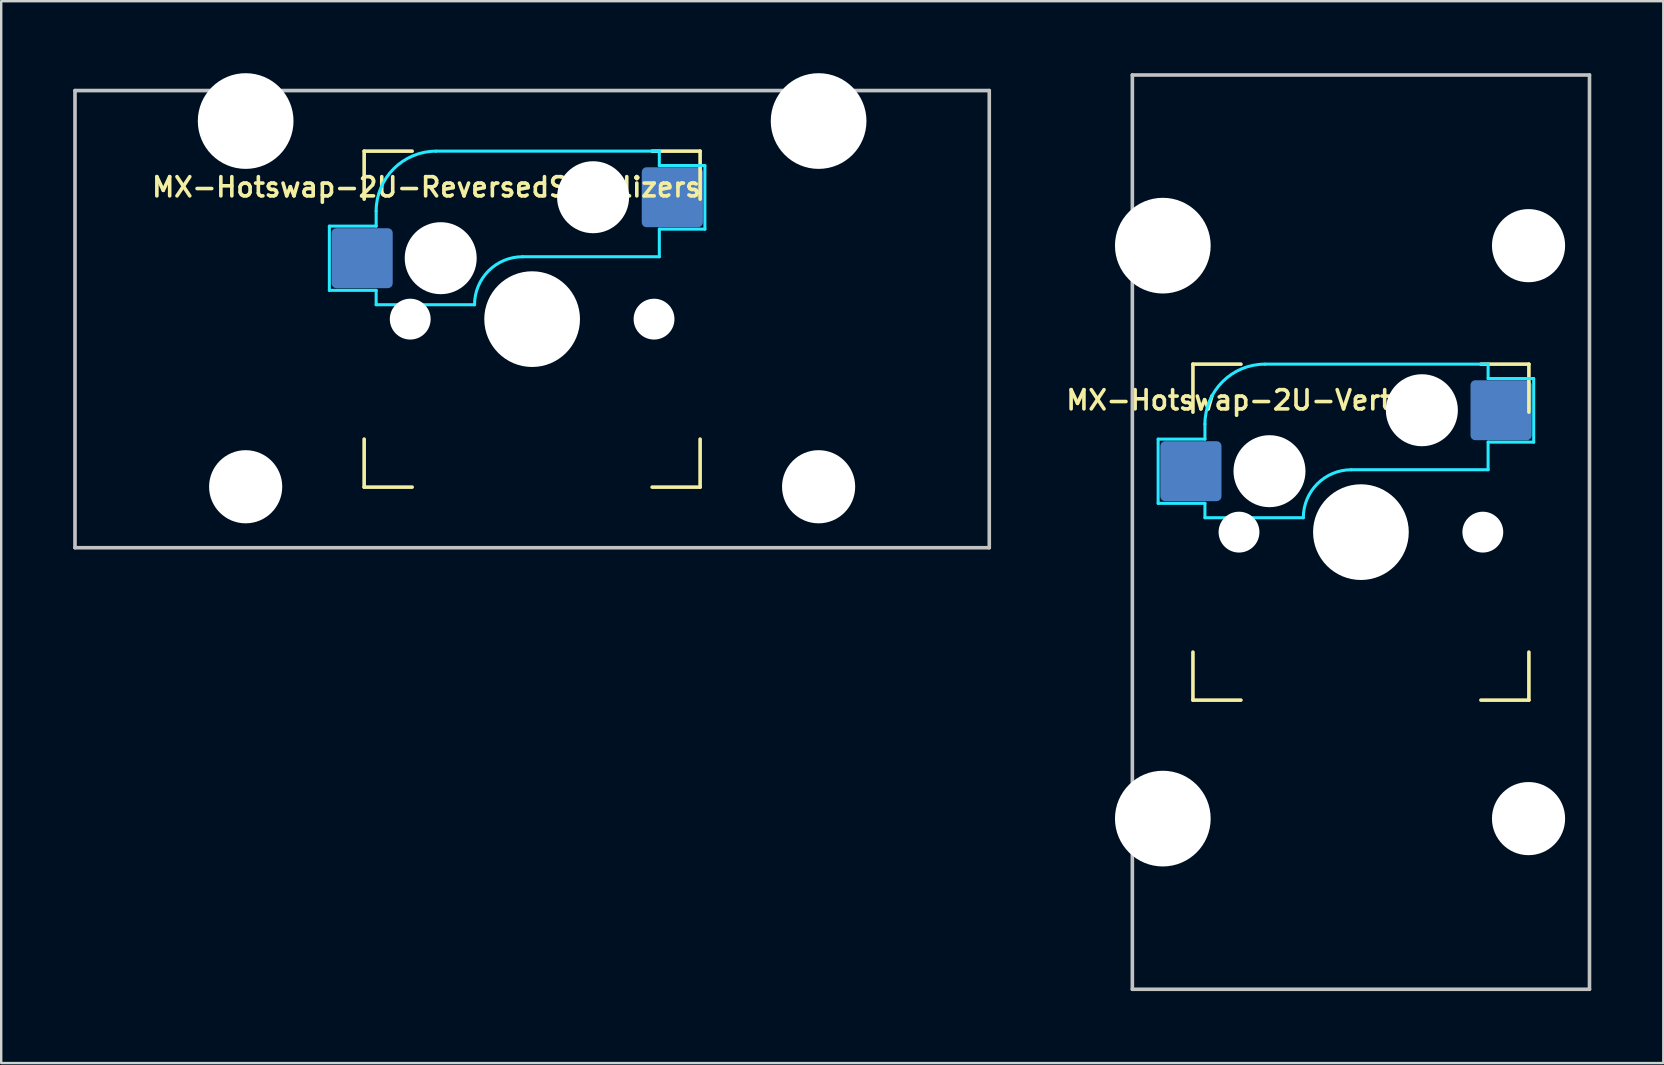
<source format=kicad_pcb>
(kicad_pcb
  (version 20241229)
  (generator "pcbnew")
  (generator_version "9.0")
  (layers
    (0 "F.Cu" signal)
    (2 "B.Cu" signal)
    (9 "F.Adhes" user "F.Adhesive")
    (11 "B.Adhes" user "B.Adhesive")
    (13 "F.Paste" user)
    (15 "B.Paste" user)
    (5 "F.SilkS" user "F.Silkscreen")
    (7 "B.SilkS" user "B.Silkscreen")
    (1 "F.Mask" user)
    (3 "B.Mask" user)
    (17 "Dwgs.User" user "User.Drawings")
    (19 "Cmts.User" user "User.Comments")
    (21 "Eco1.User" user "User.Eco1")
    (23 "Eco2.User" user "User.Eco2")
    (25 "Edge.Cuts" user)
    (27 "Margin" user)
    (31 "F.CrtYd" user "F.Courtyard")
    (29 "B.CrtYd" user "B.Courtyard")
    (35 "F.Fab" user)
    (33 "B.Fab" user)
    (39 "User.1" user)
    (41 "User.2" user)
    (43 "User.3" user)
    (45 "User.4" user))
  (footprint "MX-Hotswap-2U-Vertical"
    (layer "F.Cu")
    (at 53.662 19.125)
    (property "Reference" "MX-Hotswap-2U-Vertical" (at -4.4 -5.5 0) (layer "F.SilkS") (effects (font (size 0.8 0.8) (thickness 0.15))))
    (attr smd)
    (fp_line (start -7 -7) (end -7 -5) (stroke (width 0.15) (type solid)) (layer "F.SilkS"))
    (fp_line (start -7 5) (end -7 7) (stroke (width 0.15) (type solid)) (layer "F.SilkS"))
    (fp_line (start -7 7) (end -5 7) (stroke (width 0.15) (type solid)) (layer "F.SilkS"))
    (fp_line (start -5 -7) (end -7 -7) (stroke (width 0.15) (type solid)) (layer "F.SilkS"))
    (fp_line (start 5 -7) (end 7 -7) (stroke (width 0.15) (type solid)) (layer "F.SilkS"))
    (fp_line (start 5 7) (end 7 7) (stroke (width 0.15) (type solid)) (layer "F.SilkS"))
    (fp_line (start 7 -7) (end 7 -5) (stroke (width 0.15) (type solid)) (layer "F.SilkS"))
    (fp_line (start 7 7) (end 7 5) (stroke (width 0.15) (type solid)) (layer "F.SilkS"))
    (fp_line (start -9.525 19.05) (end -9.525 -19.05) (stroke (width 0.15) (type solid)) (layer "Dwgs.User"))
    (fp_line (start 9.525 -19.05) (end -9.525 -19.05) (stroke (width 0.15) (type solid)) (layer "Dwgs.User"))
    (fp_line (start 9.525 19.05) (end -9.525 19.05) (stroke (width 0.15) (type solid)) (layer "Dwgs.User"))
    (fp_line (start 9.525 19.05) (end 9.525 -19.05) (stroke (width 0.15) (type solid)) (layer "Dwgs.User"))
    (fp_line (start -8.45 -3.875) (end -8.45 -1.2) (stroke (width 0.127) (type solid)) (layer "B.CrtYd"))
    (fp_line (start -8.45 -1.2) (end -6.5 -1.2) (stroke (width 0.127) (type solid)) (layer "B.CrtYd"))
    (fp_line (start -6.5 -4.5) (end -6.5 -3.875) (stroke (width 0.127) (type solid)) (layer "B.CrtYd"))
    (fp_line (start -6.5 -3.875) (end -8.45 -3.875) (stroke (width 0.127) (type solid)) (layer "B.CrtYd"))
    (fp_line (start -6.5 -0.6) (end -6.5 -1.2) (stroke (width 0.127) (type solid)) (layer "B.CrtYd"))
    (fp_line (start -6.5 -0.6) (end -2.4 -0.6) (stroke (width 0.127) (type solid)) (layer "B.CrtYd"))
    (fp_line (start -0.4 -2.6) (end 5.3 -2.6) (stroke (width 0.127) (type solid)) (layer "B.CrtYd"))
    (fp_line (start 5.3 -7) (end -4 -7) (stroke (width 0.127) (type solid)) (layer "B.CrtYd"))
    (fp_line (start 5.3 -7) (end 5.3 -6.4) (stroke (width 0.127) (type solid)) (layer "B.CrtYd"))
    (fp_line (start 5.3 -6.4) (end 7.2 -6.4) (stroke (width 0.127) (type solid)) (layer "B.CrtYd"))
    (fp_line (start 5.3 -2.6) (end 5.3 -3.75) (stroke (width 0.127) (type solid)) (layer "B.CrtYd"))
    (fp_line (start 7.2 -6.4) (end 7.2 -3.75) (stroke (width 0.127) (type solid)) (layer "B.CrtYd"))
    (fp_line (start 7.2 -3.75) (end 5.3 -3.75) (stroke (width 0.127) (type solid)) (layer "B.CrtYd"))
    (fp_arc (start -6.5 -4.5) (mid -5.767767 -6.267767) (end -4 -7) (stroke (width 0.127) (type solid)) (layer "B.CrtYd"))
    (fp_arc (start -2.4 -0.6) (mid -1.814214 -2.014214) (end -0.4 -2.6) (stroke (width 0.127) (type solid)) (layer "B.CrtYd"))
    (pad "" np_thru_hole circle (at -8.255 -11.938) (size 3.988 3.988) (drill 3.988) (layers "*.Cu" "*.Mask"))
    (pad "" np_thru_hole circle (at -8.255 11.938) (size 3.988 3.988) (drill 3.988) (layers "*.Cu" "*.Mask"))
    (pad "" np_thru_hole circle (at -5.08 0 48.099) (size 1.702 1.702) (drill 1.702) (layers "*.Cu" "*.Mask"))
    (pad "" np_thru_hole circle (at -3.81 -2.54) (size 3 3) (drill 3) (layers "*.Cu" "*.Mask"))
    (pad "" np_thru_hole circle (at 0 0) (size 3.988 3.988) (drill 3.988) (layers "*.Cu" "*.Mask"))
    (pad "" np_thru_hole circle (at 2.54 -5.08) (size 3 3) (drill 3) (layers "*.Cu" "*.Mask"))
    (pad "" np_thru_hole circle (at 5.08 0 48.099) (size 1.702 1.702) (drill 1.702) (layers "*.Cu" "*.Mask"))
    (pad "" np_thru_hole circle (at 6.985 -11.938) (size 3.048 3.048) (drill 3.048) (layers "*.Cu" "*.Mask"))
    (pad "" np_thru_hole circle (at 6.985 11.938) (size 3.048 3.048) (drill 3.048) (layers "*.Cu" "*.Mask"))
    (pad "1" smd roundrect (at -7.085 -2.54) (size 2.55 2.5) (layers "B.Cu" "B.Mask" "B.Paste") (roundrect_rratio 0.08))
    (pad "2" smd roundrect (at 5.842 -5.08) (size 2.55 2.5) (layers "B.Cu" "B.Mask" "B.Paste") (roundrect_rratio 0.08)))
  (footprint "MX-Hotswap-2U-ReversedStabilizers"
    (layer "F.Cu")
    (at 19.125 10.249)
    (property "Reference" "MX-Hotswap-2U-ReversedStabilizers" (at -4.4 -5.5 0) (layer "F.SilkS") (effects (font (size 0.8 0.8) (thickness 0.15))))
    (attr smd)
    (fp_line (start -7 -7) (end -7 -5) (stroke (width 0.15) (type solid)) (layer "F.SilkS"))
    (fp_line (start -7 5) (end -7 7) (stroke (width 0.15) (type solid)) (layer "F.SilkS"))
    (fp_line (start -7 7) (end -5 7) (stroke (width 0.15) (type solid)) (layer "F.SilkS"))
    (fp_line (start -5 -7) (end -7 -7) (stroke (width 0.15) (type solid)) (layer "F.SilkS"))
    (fp_line (start 5 -7) (end 7 -7) (stroke (width 0.15) (type solid)) (layer "F.SilkS"))
    (fp_line (start 5 7) (end 7 7) (stroke (width 0.15) (type solid)) (layer "F.SilkS"))
    (fp_line (start 7 -7) (end 7 -5) (stroke (width 0.15) (type solid)) (layer "F.SilkS"))
    (fp_line (start 7 7) (end 7 5) (stroke (width 0.15) (type solid)) (layer "F.SilkS"))
    (fp_line (start -19.05 9.525) (end -19.05 -9.525) (stroke (width 0.15) (type solid)) (layer "Dwgs.User"))
    (fp_line (start 19.05 -9.525) (end -19.05 -9.525) (stroke (width 0.15) (type solid)) (layer "Dwgs.User"))
    (fp_line (start 19.05 9.525) (end -19.05 9.525) (stroke (width 0.15) (type solid)) (layer "Dwgs.User"))
    (fp_line (start 19.05 9.525) (end 19.05 -9.525) (stroke (width 0.15) (type solid)) (layer "Dwgs.User"))
    (fp_line (start -8.45 -3.875) (end -8.45 -1.2) (stroke (width 0.127) (type solid)) (layer "B.CrtYd"))
    (fp_line (start -8.45 -1.2) (end -6.5 -1.2) (stroke (width 0.127) (type solid)) (layer "B.CrtYd"))
    (fp_line (start -6.5 -4.5) (end -6.5 -3.875) (stroke (width 0.127) (type solid)) (layer "B.CrtYd"))
    (fp_line (start -6.5 -3.875) (end -8.45 -3.875) (stroke (width 0.127) (type solid)) (layer "B.CrtYd"))
    (fp_line (start -6.5 -0.6) (end -6.5 -1.2) (stroke (width 0.127) (type solid)) (layer "B.CrtYd"))
    (fp_line (start -6.5 -0.6) (end -2.4 -0.6) (stroke (width 0.127) (type solid)) (layer "B.CrtYd"))
    (fp_line (start -0.4 -2.6) (end 5.3 -2.6) (stroke (width 0.127) (type solid)) (layer "B.CrtYd"))
    (fp_line (start 5.3 -7) (end -4 -7) (stroke (width 0.127) (type solid)) (layer "B.CrtYd"))
    (fp_line (start 5.3 -7) (end 5.3 -6.4) (stroke (width 0.127) (type solid)) (layer "B.CrtYd"))
    (fp_line (start 5.3 -6.4) (end 7.2 -6.4) (stroke (width 0.127) (type solid)) (layer "B.CrtYd"))
    (fp_line (start 5.3 -2.6) (end 5.3 -3.75) (stroke (width 0.127) (type solid)) (layer "B.CrtYd"))
    (fp_line (start 7.2 -6.4) (end 7.2 -3.75) (stroke (width 0.127) (type solid)) (layer "B.CrtYd"))
    (fp_line (start 7.2 -3.75) (end 5.3 -3.75) (stroke (width 0.127) (type solid)) (layer "B.CrtYd"))
    (fp_arc (start -6.5 -4.5) (mid -5.767767 -6.267767) (end -4 -7) (stroke (width 0.127) (type solid)) (layer "B.CrtYd"))
    (fp_arc (start -2.4 -0.6) (mid -1.814214 -2.014214) (end -0.4 -2.6) (stroke (width 0.127) (type solid)) (layer "B.CrtYd"))
    (pad "" np_thru_hole circle (at -11.938 -8.255) (size 3.988 3.988) (drill 3.988) (layers "*.Cu" "*.Mask"))
    (pad "" np_thru_hole circle (at -11.938 6.985) (size 3.048 3.048) (drill 3.048) (layers "*.Cu" "*.Mask"))
    (pad "" np_thru_hole circle (at -5.08 0 48.099) (size 1.702 1.702) (drill 1.702) (layers "*.Cu" "*.Mask"))
    (pad "" np_thru_hole circle (at -3.81 -2.54) (size 3 3) (drill 3) (layers "*.Cu" "*.Mask"))
    (pad "" np_thru_hole circle (at 0 0) (size 3.988 3.988) (drill 3.988) (layers "*.Cu" "*.Mask"))
    (pad "" np_thru_hole circle (at 2.54 -5.08) (size 3 3) (drill 3) (layers "*.Cu" "*.Mask"))
    (pad "" np_thru_hole circle (at 5.08 0 48.099) (size 1.702 1.702) (drill 1.702) (layers "*.Cu" "*.Mask"))
    (pad "" np_thru_hole circle (at 11.938 -8.255) (size 3.988 3.988) (drill 3.988) (layers "*.Cu" "*.Mask"))
    (pad "" np_thru_hole circle (at 11.938 6.985) (size 3.048 3.048) (drill 3.048) (layers "*.Cu" "*.Mask"))
    (pad "1" smd roundrect (at -7.085 -2.54) (size 2.55 2.5) (layers "B.Cu" "B.Mask" "B.Paste") (roundrect_rratio 0.08))
    (pad "2" smd roundrect (at 5.842 -5.08) (size 2.55 2.5) (layers "B.Cu" "B.Mask" "B.Paste") (roundrect_rratio 0.08)))
  (gr_rect
    (start -3 -3)
    (end 66.262 41.25)
    (stroke (width 0.1) (type default))
    (fill no)
    (layer "Edge.Cuts")))
</source>
